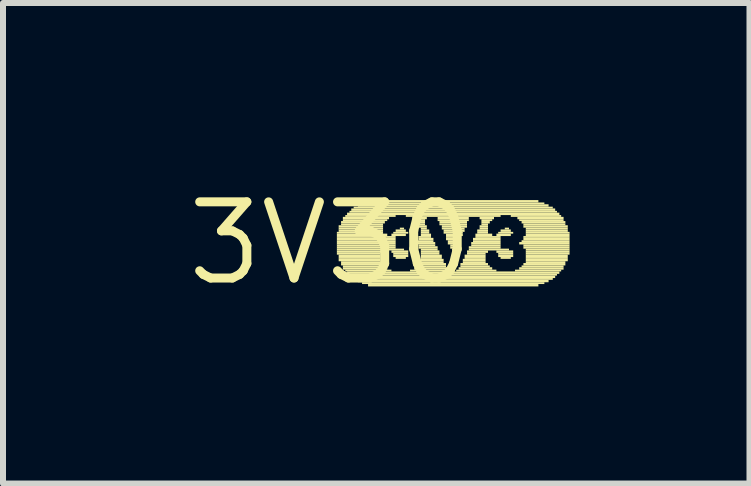
<source format=kicad_pcb>
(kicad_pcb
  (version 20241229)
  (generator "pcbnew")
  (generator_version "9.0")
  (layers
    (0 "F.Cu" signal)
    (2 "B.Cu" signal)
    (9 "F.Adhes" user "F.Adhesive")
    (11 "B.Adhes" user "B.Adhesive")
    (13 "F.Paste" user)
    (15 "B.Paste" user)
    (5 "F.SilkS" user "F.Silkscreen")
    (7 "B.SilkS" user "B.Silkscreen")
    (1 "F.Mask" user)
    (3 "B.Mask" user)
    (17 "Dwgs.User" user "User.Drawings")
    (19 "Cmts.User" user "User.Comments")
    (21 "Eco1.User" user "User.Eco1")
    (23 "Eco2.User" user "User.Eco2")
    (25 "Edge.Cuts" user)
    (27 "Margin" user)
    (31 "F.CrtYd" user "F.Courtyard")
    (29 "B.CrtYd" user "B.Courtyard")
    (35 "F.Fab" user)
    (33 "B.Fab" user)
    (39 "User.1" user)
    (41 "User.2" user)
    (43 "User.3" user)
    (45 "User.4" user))
  (footprint "3V30"
    (layer "F.Cu")
    (at 2.457 1.006)
    (property "Reference" "3V30" (at 0 0 0) (layer "F.SilkS") (effects (font (size 1.27 1.27) (thickness 0.15))))
    (fp_poly (pts (xy 0.11 -0.16) (xy 0.88 -0.16) (xy 0.88 -0.19) (xy 0.11 -0.19)) (stroke (width 0) (type solid)) (fill yes) (layer "F.SilkS"))
    (fp_poly (pts (xy 0.11 -0.12) (xy 0.95 -0.12) (xy 0.95 -0.16) (xy 0.11 -0.16)) (stroke (width 0) (type solid)) (fill yes) (layer "F.SilkS"))
    (fp_poly (pts (xy 0.11 -0.09) (xy 1.09 -0.09) (xy 1.09 -0.12) (xy 0.11 -0.12)) (stroke (width 0) (type solid)) (fill yes) (layer "F.SilkS"))
    (fp_poly (pts (xy 0.11 -0.05) (xy 1.09 -0.05) (xy 1.09 -0.09) (xy 0.11 -0.09)) (stroke (width 0) (type solid)) (fill yes) (layer "F.SilkS"))
    (fp_poly (pts (xy 0.11 -0.02) (xy 1.09 -0.02) (xy 1.09 -0.05) (xy 0.11 -0.05)) (stroke (width 0) (type solid)) (fill yes) (layer "F.SilkS"))
    (fp_poly (pts (xy 0.11 0.02) (xy 1.09 0.02) (xy 1.09 -0.02) (xy 0.11 -0.02)) (stroke (width 0) (type solid)) (fill yes) (layer "F.SilkS"))
    (fp_poly (pts (xy 0.11 0.05) (xy 1.09 0.05) (xy 1.09 0.02) (xy 0.11 0.02)) (stroke (width 0) (type solid)) (fill yes) (layer "F.SilkS"))
    (fp_poly (pts (xy 0.11 0.09) (xy 1.09 0.09) (xy 1.09 0.05) (xy 0.11 0.05)) (stroke (width 0) (type solid)) (fill yes) (layer "F.SilkS"))
    (fp_poly (pts (xy 0.11 0.12) (xy 1.23 0.12) (xy 1.23 0.09) (xy 0.11 0.09)) (stroke (width 0) (type solid)) (fill yes) (layer "F.SilkS"))
    (fp_poly (pts (xy 0.11 0.16) (xy 0.88 0.16) (xy 0.88 0.12) (xy 0.11 0.12)) (stroke (width 0) (type solid)) (fill yes) (layer "F.SilkS"))
    (fp_poly (pts (xy 0.11 0.19) (xy 0.84 0.19) (xy 0.84 0.16) (xy 0.11 0.16)) (stroke (width 0) (type solid)) (fill yes) (layer "F.SilkS"))
    (fp_poly (pts (xy 0.14 -0.26) (xy 0.88 -0.26) (xy 0.88 -0.3) (xy 0.14 -0.3)) (stroke (width 0) (type solid)) (fill yes) (layer "F.SilkS"))
    (fp_poly (pts (xy 0.14 -0.23) (xy 0.88 -0.23) (xy 0.88 -0.26) (xy 0.14 -0.26)) (stroke (width 0) (type solid)) (fill yes) (layer "F.SilkS"))
    (fp_poly (pts (xy 0.14 -0.19) (xy 0.88 -0.19) (xy 0.88 -0.23) (xy 0.14 -0.23)) (stroke (width 0) (type solid)) (fill yes) (layer "F.SilkS"))
    (fp_poly (pts (xy 0.14 0.23) (xy 0.84 0.23) (xy 0.84 0.19) (xy 0.14 0.19)) (stroke (width 0) (type solid)) (fill yes) (layer "F.SilkS"))
    (fp_poly (pts (xy 0.14 0.26) (xy 0.84 0.26) (xy 0.84 0.23) (xy 0.14 0.23)) (stroke (width 0) (type solid)) (fill yes) (layer "F.SilkS"))
    (fp_poly (pts (xy 0.14 0.3) (xy 0.84 0.3) (xy 0.84 0.26) (xy 0.14 0.26)) (stroke (width 0) (type solid)) (fill yes) (layer "F.SilkS"))
    (fp_poly (pts (xy 0.18 -0.33) (xy 0.91 -0.33) (xy 0.91 -0.37) (xy 0.18 -0.37)) (stroke (width 0) (type solid)) (fill yes) (layer "F.SilkS"))
    (fp_poly (pts (xy 0.18 -0.3) (xy 0.88 -0.3) (xy 0.88 -0.33) (xy 0.18 -0.33)) (stroke (width 0) (type solid)) (fill yes) (layer "F.SilkS"))
    (fp_poly (pts (xy 0.18 0.33) (xy 0.84 0.33) (xy 0.84 0.3) (xy 0.18 0.3)) (stroke (width 0) (type solid)) (fill yes) (layer "F.SilkS"))
    (fp_poly (pts (xy 0.18 0.37) (xy 0.88 0.37) (xy 0.88 0.33) (xy 0.18 0.33)) (stroke (width 0) (type solid)) (fill yes) (layer "F.SilkS"))
    (fp_poly (pts (xy 0.21 -0.4) (xy 0.98 -0.4) (xy 0.98 -0.44) (xy 0.21 -0.44)) (stroke (width 0) (type solid)) (fill yes) (layer "F.SilkS"))
    (fp_poly (pts (xy 0.21 -0.37) (xy 0.95 -0.37) (xy 0.95 -0.4) (xy 0.21 -0.4)) (stroke (width 0) (type solid)) (fill yes) (layer "F.SilkS"))
    (fp_poly (pts (xy 0.21 0.4) (xy 0.91 0.4) (xy 0.91 0.37) (xy 0.21 0.37)) (stroke (width 0) (type solid)) (fill yes) (layer "F.SilkS"))
    (fp_poly (pts (xy 0.21 0.44) (xy 0.95 0.44) (xy 0.95 0.4) (xy 0.21 0.4)) (stroke (width 0) (type solid)) (fill yes) (layer "F.SilkS"))
    (fp_poly (pts (xy 0.25 -0.44) (xy 1.09 -0.44) (xy 1.09 -0.47) (xy 0.25 -0.47)) (stroke (width 0) (type solid)) (fill yes) (layer "F.SilkS"))
    (fp_poly (pts (xy 0.25 0.47) (xy 1.02 0.47) (xy 1.02 0.44) (xy 0.25 0.44)) (stroke (width 0) (type solid)) (fill yes) (layer "F.SilkS"))
    (fp_poly (pts (xy 0.28 -0.47) (xy 3.82 -0.47) (xy 3.82 -0.51) (xy 0.28 -0.51)) (stroke (width 0) (type solid)) (fill yes) (layer "F.SilkS"))
    (fp_poly (pts (xy 0.28 0.51) (xy 3.82 0.51) (xy 3.82 0.47) (xy 0.28 0.47)) (stroke (width 0) (type solid)) (fill yes) (layer "F.SilkS"))
    (fp_poly (pts (xy 0.32 -0.51) (xy 3.78 -0.51) (xy 3.78 -0.54) (xy 0.32 -0.54)) (stroke (width 0) (type solid)) (fill yes) (layer "F.SilkS"))
    (fp_poly (pts (xy 0.32 0.54) (xy 3.78 0.54) (xy 3.78 0.51) (xy 0.32 0.51)) (stroke (width 0) (type solid)) (fill yes) (layer "F.SilkS"))
    (fp_poly (pts (xy 0.35 -0.54) (xy 3.75 -0.54) (xy 3.75 -0.58) (xy 0.35 -0.58)) (stroke (width 0) (type solid)) (fill yes) (layer "F.SilkS"))
    (fp_poly (pts (xy 0.35 0.58) (xy 3.75 0.58) (xy 3.75 0.54) (xy 0.35 0.54)) (stroke (width 0) (type solid)) (fill yes) (layer "F.SilkS"))
    (fp_poly (pts (xy 0.39 -0.58) (xy 3.71 -0.58) (xy 3.71 -0.61) (xy 0.39 -0.61)) (stroke (width 0) (type solid)) (fill yes) (layer "F.SilkS"))
    (fp_poly (pts (xy 0.39 0.61) (xy 3.71 0.61) (xy 3.71 0.58) (xy 0.39 0.58)) (stroke (width 0) (type solid)) (fill yes) (layer "F.SilkS"))
    (fp_poly (pts (xy 0.46 -0.61) (xy 3.64 -0.61) (xy 3.64 -0.65) (xy 0.46 -0.65)) (stroke (width 0) (type solid)) (fill yes) (layer "F.SilkS"))
    (fp_poly (pts (xy 0.46 0.65) (xy 3.64 0.65) (xy 3.64 0.61) (xy 0.46 0.61)) (stroke (width 0) (type solid)) (fill yes) (layer "F.SilkS"))
    (fp_poly (pts (xy 0.53 -0.65) (xy 3.57 -0.65) (xy 3.57 -0.68) (xy 0.53 -0.68)) (stroke (width 0) (type solid)) (fill yes) (layer "F.SilkS"))
    (fp_poly (pts (xy 0.53 0.68) (xy 3.57 0.68) (xy 3.57 0.65) (xy 0.53 0.65)) (stroke (width 0) (type solid)) (fill yes) (layer "F.SilkS"))
    (fp_poly (pts (xy 0.63 -0.68) (xy 3.47 -0.68) (xy 3.47 -0.72) (xy 0.63 -0.72)) (stroke (width 0) (type solid)) (fill yes) (layer "F.SilkS"))
    (fp_poly (pts (xy 0.63 0.72) (xy 3.47 0.72) (xy 3.47 0.68) (xy 0.63 0.68)) (stroke (width 0) (type solid)) (fill yes) (layer "F.SilkS"))
    (fp_poly (pts (xy 1.02 -0.12) (xy 1.26 -0.12) (xy 1.26 -0.16) (xy 1.02 -0.16)) (stroke (width 0) (type solid)) (fill yes) (layer "F.SilkS"))
    (fp_poly (pts (xy 1.02 0.16) (xy 1.3 0.16) (xy 1.3 0.12) (xy 1.02 0.12)) (stroke (width 0) (type solid)) (fill yes) (layer "F.SilkS"))
    (fp_poly (pts (xy 1.05 -0.16) (xy 1.3 -0.16) (xy 1.3 -0.19) (xy 1.05 -0.19)) (stroke (width 0) (type solid)) (fill yes) (layer "F.SilkS"))
    (fp_poly (pts (xy 1.05 0.19) (xy 1.3 0.19) (xy 1.3 0.16) (xy 1.05 0.16)) (stroke (width 0) (type solid)) (fill yes) (layer "F.SilkS"))
    (fp_poly (pts (xy 1.05 0.23) (xy 1.3 0.23) (xy 1.3 0.19) (xy 1.05 0.19)) (stroke (width 0) (type solid)) (fill yes) (layer "F.SilkS"))
    (fp_poly (pts (xy 1.09 -0.19) (xy 1.26 -0.19) (xy 1.26 -0.23) (xy 1.09 -0.23)) (stroke (width 0) (type solid)) (fill yes) (layer "F.SilkS"))
    (fp_poly (pts (xy 1.09 0.26) (xy 1.26 0.26) (xy 1.26 0.23) (xy 1.09 0.23)) (stroke (width 0) (type solid)) (fill yes) (layer "F.SilkS"))
    (fp_poly (pts (xy 1.16 -0.23) (xy 1.23 -0.23) (xy 1.23 -0.26) (xy 1.16 -0.26)) (stroke (width 0) (type solid)) (fill yes) (layer "F.SilkS"))
    (fp_poly (pts (xy 1.26 -0.44) (xy 2.84 -0.44) (xy 2.84 -0.47) (xy 1.26 -0.47)) (stroke (width 0) (type solid)) (fill yes) (layer "F.SilkS"))
    (fp_poly (pts (xy 1.33 0.47) (xy 2 0.47) (xy 2 0.44) (xy 1.33 0.44)) (stroke (width 0) (type solid)) (fill yes) (layer "F.SilkS"))
    (fp_poly (pts (xy 1.37 -0.4) (xy 1.61 -0.4) (xy 1.61 -0.44) (xy 1.37 -0.44)) (stroke (width 0) (type solid)) (fill yes) (layer "F.SilkS"))
    (fp_poly (pts (xy 1.4 -0.37) (xy 1.58 -0.37) (xy 1.58 -0.4) (xy 1.4 -0.4)) (stroke (width 0) (type solid)) (fill yes) (layer "F.SilkS"))
    (fp_poly (pts (xy 1.4 0.02) (xy 1.75 0.02) (xy 1.75 -0.02) (xy 1.4 -0.02)) (stroke (width 0) (type solid)) (fill yes) (layer "F.SilkS"))
    (fp_poly (pts (xy 1.4 0.44) (xy 1.96 0.44) (xy 1.96 0.4) (xy 1.4 0.4)) (stroke (width 0) (type solid)) (fill yes) (layer "F.SilkS"))
    (fp_poly (pts (xy 1.44 -0.33) (xy 1.58 -0.33) (xy 1.58 -0.37) (xy 1.44 -0.37)) (stroke (width 0) (type solid)) (fill yes) (layer "F.SilkS"))
    (fp_poly (pts (xy 1.44 -0.02) (xy 1.72 -0.02) (xy 1.72 -0.05) (xy 1.44 -0.05)) (stroke (width 0) (type solid)) (fill yes) (layer "F.SilkS"))
    (fp_poly (pts (xy 1.44 0.4) (xy 1.93 0.4) (xy 1.93 0.37) (xy 1.44 0.37)) (stroke (width 0) (type solid)) (fill yes) (layer "F.SilkS"))
    (fp_poly (pts (xy 1.47 -0.3) (xy 1.58 -0.3) (xy 1.58 -0.33) (xy 1.47 -0.33)) (stroke (width 0) (type solid)) (fill yes) (layer "F.SilkS"))
    (fp_poly (pts (xy 1.47 -0.26) (xy 1.61 -0.26) (xy 1.61 -0.3) (xy 1.47 -0.3)) (stroke (width 0) (type solid)) (fill yes) (layer "F.SilkS"))
    (fp_poly (pts (xy 1.47 -0.09) (xy 1.68 -0.09) (xy 1.68 -0.12) (xy 1.47 -0.12)) (stroke (width 0) (type solid)) (fill yes) (layer "F.SilkS"))
    (fp_poly (pts (xy 1.47 -0.05) (xy 1.72 -0.05) (xy 1.72 -0.09) (xy 1.47 -0.09)) (stroke (width 0) (type solid)) (fill yes) (layer "F.SilkS"))
    (fp_poly (pts (xy 1.47 0.05) (xy 1.75 0.05) (xy 1.75 0.02) (xy 1.47 0.02)) (stroke (width 0) (type solid)) (fill yes) (layer "F.SilkS"))
    (fp_poly (pts (xy 1.47 0.09) (xy 1.79 0.09) (xy 1.79 0.05) (xy 1.47 0.05)) (stroke (width 0) (type solid)) (fill yes) (layer "F.SilkS"))
    (fp_poly (pts (xy 1.47 0.37) (xy 1.93 0.37) (xy 1.93 0.33) (xy 1.47 0.33)) (stroke (width 0) (type solid)) (fill yes) (layer "F.SilkS"))
    (fp_poly (pts (xy 1.51 -0.23) (xy 1.61 -0.23) (xy 1.61 -0.26) (xy 1.51 -0.26)) (stroke (width 0) (type solid)) (fill yes) (layer "F.SilkS"))
    (fp_poly (pts (xy 1.51 -0.19) (xy 1.65 -0.19) (xy 1.65 -0.23) (xy 1.51 -0.23)) (stroke (width 0) (type solid)) (fill yes) (layer "F.SilkS"))
    (fp_poly (pts (xy 1.51 -0.16) (xy 1.65 -0.16) (xy 1.65 -0.19) (xy 1.51 -0.19)) (stroke (width 0) (type solid)) (fill yes) (layer "F.SilkS"))
    (fp_poly (pts (xy 1.51 -0.12) (xy 1.68 -0.12) (xy 1.68 -0.16) (xy 1.51 -0.16)) (stroke (width 0) (type solid)) (fill yes) (layer "F.SilkS"))
    (fp_poly (pts (xy 1.51 0.12) (xy 1.79 0.12) (xy 1.79 0.09) (xy 1.51 0.09)) (stroke (width 0) (type solid)) (fill yes) (layer "F.SilkS"))
    (fp_poly (pts (xy 1.51 0.16) (xy 1.82 0.16) (xy 1.82 0.12) (xy 1.51 0.12)) (stroke (width 0) (type solid)) (fill yes) (layer "F.SilkS"))
    (fp_poly (pts (xy 1.51 0.19) (xy 1.82 0.19) (xy 1.82 0.16) (xy 1.51 0.16)) (stroke (width 0) (type solid)) (fill yes) (layer "F.SilkS"))
    (fp_poly (pts (xy 1.51 0.23) (xy 1.86 0.23) (xy 1.86 0.19) (xy 1.51 0.19)) (stroke (width 0) (type solid)) (fill yes) (layer "F.SilkS"))
    (fp_poly (pts (xy 1.51 0.26) (xy 1.86 0.26) (xy 1.86 0.23) (xy 1.51 0.23)) (stroke (width 0) (type solid)) (fill yes) (layer "F.SilkS"))
    (fp_poly (pts (xy 1.51 0.3) (xy 1.89 0.3) (xy 1.89 0.26) (xy 1.51 0.26)) (stroke (width 0) (type solid)) (fill yes) (layer "F.SilkS"))
    (fp_poly (pts (xy 1.51 0.33) (xy 1.89 0.33) (xy 1.89 0.3) (xy 1.51 0.3)) (stroke (width 0) (type solid)) (fill yes) (layer "F.SilkS"))
    (fp_poly (pts (xy 1.79 -0.4) (xy 2.31 -0.4) (xy 2.31 -0.44) (xy 1.79 -0.44)) (stroke (width 0) (type solid)) (fill yes) (layer "F.SilkS"))
    (fp_poly (pts (xy 1.79 -0.37) (xy 2.31 -0.37) (xy 2.31 -0.4) (xy 1.79 -0.4)) (stroke (width 0) (type solid)) (fill yes) (layer "F.SilkS"))
    (fp_poly (pts (xy 1.82 -0.33) (xy 2.28 -0.33) (xy 2.28 -0.37) (xy 1.82 -0.37)) (stroke (width 0) (type solid)) (fill yes) (layer "F.SilkS"))
    (fp_poly (pts (xy 1.82 -0.3) (xy 2.28 -0.3) (xy 2.28 -0.33) (xy 1.82 -0.33)) (stroke (width 0) (type solid)) (fill yes) (layer "F.SilkS"))
    (fp_poly (pts (xy 1.86 -0.26) (xy 2.28 -0.26) (xy 2.28 -0.3) (xy 1.86 -0.3)) (stroke (width 0) (type solid)) (fill yes) (layer "F.SilkS"))
    (fp_poly (pts (xy 1.86 -0.23) (xy 2.24 -0.23) (xy 2.24 -0.26) (xy 1.86 -0.26)) (stroke (width 0) (type solid)) (fill yes) (layer "F.SilkS"))
    (fp_poly (pts (xy 1.89 -0.19) (xy 2.24 -0.19) (xy 2.24 -0.23) (xy 1.89 -0.23)) (stroke (width 0) (type solid)) (fill yes) (layer "F.SilkS"))
    (fp_poly (pts (xy 1.89 -0.16) (xy 2.21 -0.16) (xy 2.21 -0.19) (xy 1.89 -0.19)) (stroke (width 0) (type solid)) (fill yes) (layer "F.SilkS"))
    (fp_poly (pts (xy 1.93 -0.12) (xy 2.21 -0.12) (xy 2.21 -0.16) (xy 1.93 -0.16)) (stroke (width 0) (type solid)) (fill yes) (layer "F.SilkS"))
    (fp_poly (pts (xy 1.93 -0.09) (xy 2.17 -0.09) (xy 2.17 -0.12) (xy 1.93 -0.12)) (stroke (width 0) (type solid)) (fill yes) (layer "F.SilkS"))
    (fp_poly (pts (xy 1.93 -0.05) (xy 2.17 -0.05) (xy 2.17 -0.09) (xy 1.93 -0.09)) (stroke (width 0) (type solid)) (fill yes) (layer "F.SilkS"))
    (fp_poly (pts (xy 1.96 -0.02) (xy 2.14 -0.02) (xy 2.14 -0.05) (xy 1.96 -0.05)) (stroke (width 0) (type solid)) (fill yes) (layer "F.SilkS"))
    (fp_poly (pts (xy 1.96 0.02) (xy 2.14 0.02) (xy 2.14 -0.02) (xy 1.96 -0.02)) (stroke (width 0) (type solid)) (fill yes) (layer "F.SilkS"))
    (fp_poly (pts (xy 2 0.05) (xy 2.1 0.05) (xy 2.1 0.02) (xy 2 0.02)) (stroke (width 0) (type solid)) (fill yes) (layer "F.SilkS"))
    (fp_poly (pts (xy 2 0.09) (xy 2.1 0.09) (xy 2.1 0.05) (xy 2 0.05)) (stroke (width 0) (type solid)) (fill yes) (layer "F.SilkS"))
    (fp_poly (pts (xy 2.03 0.12) (xy 2.07 0.12) (xy 2.07 0.09) (xy 2.03 0.09)) (stroke (width 0) (type solid)) (fill yes) (layer "F.SilkS"))
    (fp_poly (pts (xy 2.03 0.16) (xy 2.07 0.16) (xy 2.07 0.12) (xy 2.03 0.12)) (stroke (width 0) (type solid)) (fill yes) (layer "F.SilkS"))
    (fp_poly (pts (xy 2.1 0.47) (xy 2.77 0.47) (xy 2.77 0.44) (xy 2.1 0.44)) (stroke (width 0) (type solid)) (fill yes) (layer "F.SilkS"))
    (fp_poly (pts (xy 2.14 0.44) (xy 2.7 0.44) (xy 2.7 0.4) (xy 2.14 0.4)) (stroke (width 0) (type solid)) (fill yes) (layer "F.SilkS"))
    (fp_poly (pts (xy 2.17 0.37) (xy 2.63 0.37) (xy 2.63 0.33) (xy 2.17 0.33)) (stroke (width 0) (type solid)) (fill yes) (layer "F.SilkS"))
    (fp_poly (pts (xy 2.17 0.4) (xy 2.66 0.4) (xy 2.66 0.37) (xy 2.17 0.37)) (stroke (width 0) (type solid)) (fill yes) (layer "F.SilkS"))
    (fp_poly (pts (xy 2.21 0.3) (xy 2.59 0.3) (xy 2.59 0.26) (xy 2.21 0.26)) (stroke (width 0) (type solid)) (fill yes) (layer "F.SilkS"))
    (fp_poly (pts (xy 2.21 0.33) (xy 2.59 0.33) (xy 2.59 0.3) (xy 2.21 0.3)) (stroke (width 0) (type solid)) (fill yes) (layer "F.SilkS"))
    (fp_poly (pts (xy 2.24 0.23) (xy 2.59 0.23) (xy 2.59 0.19) (xy 2.24 0.19)) (stroke (width 0) (type solid)) (fill yes) (layer "F.SilkS"))
    (fp_poly (pts (xy 2.24 0.26) (xy 2.59 0.26) (xy 2.59 0.23) (xy 2.24 0.23)) (stroke (width 0) (type solid)) (fill yes) (layer "F.SilkS"))
    (fp_poly (pts (xy 2.28 0.16) (xy 2.63 0.16) (xy 2.63 0.12) (xy 2.28 0.12)) (stroke (width 0) (type solid)) (fill yes) (layer "F.SilkS"))
    (fp_poly (pts (xy 2.28 0.19) (xy 2.59 0.19) (xy 2.59 0.16) (xy 2.28 0.16)) (stroke (width 0) (type solid)) (fill yes) (layer "F.SilkS"))
    (fp_poly (pts (xy 2.31 0.09) (xy 2.84 0.09) (xy 2.84 0.05) (xy 2.31 0.05)) (stroke (width 0) (type solid)) (fill yes) (layer "F.SilkS"))
    (fp_poly (pts (xy 2.31 0.12) (xy 2.98 0.12) (xy 2.98 0.09) (xy 2.31 0.09)) (stroke (width 0) (type solid)) (fill yes) (layer "F.SilkS"))
    (fp_poly (pts (xy 2.35 0.02) (xy 2.84 0.02) (xy 2.84 -0.02) (xy 2.35 -0.02)) (stroke (width 0) (type solid)) (fill yes) (layer "F.SilkS"))
    (fp_poly (pts (xy 2.35 0.05) (xy 2.84 0.05) (xy 2.84 0.02) (xy 2.35 0.02)) (stroke (width 0) (type solid)) (fill yes) (layer "F.SilkS"))
    (fp_poly (pts (xy 2.38 -0.05) (xy 2.84 -0.05) (xy 2.84 -0.09) (xy 2.38 -0.09)) (stroke (width 0) (type solid)) (fill yes) (layer "F.SilkS"))
    (fp_poly (pts (xy 2.38 -0.02) (xy 2.84 -0.02) (xy 2.84 -0.05) (xy 2.38 -0.05)) (stroke (width 0) (type solid)) (fill yes) (layer "F.SilkS"))
    (fp_poly (pts (xy 2.42 -0.12) (xy 2.7 -0.12) (xy 2.7 -0.16) (xy 2.42 -0.16)) (stroke (width 0) (type solid)) (fill yes) (layer "F.SilkS"))
    (fp_poly (pts (xy 2.42 -0.09) (xy 2.84 -0.09) (xy 2.84 -0.12) (xy 2.42 -0.12)) (stroke (width 0) (type solid)) (fill yes) (layer "F.SilkS"))
    (fp_poly (pts (xy 2.45 -0.19) (xy 2.63 -0.19) (xy 2.63 -0.23) (xy 2.45 -0.23)) (stroke (width 0) (type solid)) (fill yes) (layer "F.SilkS"))
    (fp_poly (pts (xy 2.45 -0.16) (xy 2.63 -0.16) (xy 2.63 -0.19) (xy 2.45 -0.19)) (stroke (width 0) (type solid)) (fill yes) (layer "F.SilkS"))
    (fp_poly (pts (xy 2.49 -0.4) (xy 2.73 -0.4) (xy 2.73 -0.44) (xy 2.49 -0.44)) (stroke (width 0) (type solid)) (fill yes) (layer "F.SilkS"))
    (fp_poly (pts (xy 2.49 -0.26) (xy 2.63 -0.26) (xy 2.63 -0.3) (xy 2.49 -0.3)) (stroke (width 0) (type solid)) (fill yes) (layer "F.SilkS"))
    (fp_poly (pts (xy 2.49 -0.23) (xy 2.63 -0.23) (xy 2.63 -0.26) (xy 2.49 -0.26)) (stroke (width 0) (type solid)) (fill yes) (layer "F.SilkS"))
    (fp_poly (pts (xy 2.52 -0.37) (xy 2.7 -0.37) (xy 2.7 -0.4) (xy 2.52 -0.4)) (stroke (width 0) (type solid)) (fill yes) (layer "F.SilkS"))
    (fp_poly (pts (xy 2.52 -0.33) (xy 2.66 -0.33) (xy 2.66 -0.37) (xy 2.52 -0.37)) (stroke (width 0) (type solid)) (fill yes) (layer "F.SilkS"))
    (fp_poly (pts (xy 2.52 -0.3) (xy 2.63 -0.3) (xy 2.63 -0.33) (xy 2.52 -0.33)) (stroke (width 0) (type solid)) (fill yes) (layer "F.SilkS"))
    (fp_poly (pts (xy 2.77 -0.12) (xy 3.01 -0.12) (xy 3.01 -0.16) (xy 2.77 -0.16)) (stroke (width 0) (type solid)) (fill yes) (layer "F.SilkS"))
    (fp_poly (pts (xy 2.77 0.16) (xy 3.05 0.16) (xy 3.05 0.12) (xy 2.77 0.12)) (stroke (width 0) (type solid)) (fill yes) (layer "F.SilkS"))
    (fp_poly (pts (xy 2.8 -0.16) (xy 3.05 -0.16) (xy 3.05 -0.19) (xy 2.8 -0.19)) (stroke (width 0) (type solid)) (fill yes) (layer "F.SilkS"))
    (fp_poly (pts (xy 2.8 0.19) (xy 3.05 0.19) (xy 3.05 0.16) (xy 2.8 0.16)) (stroke (width 0) (type solid)) (fill yes) (layer "F.SilkS"))
    (fp_poly (pts (xy 2.8 0.23) (xy 3.05 0.23) (xy 3.05 0.19) (xy 2.8 0.19)) (stroke (width 0) (type solid)) (fill yes) (layer "F.SilkS"))
    (fp_poly (pts (xy 2.84 -0.19) (xy 3.01 -0.19) (xy 3.01 -0.23) (xy 2.84 -0.23)) (stroke (width 0) (type solid)) (fill yes) (layer "F.SilkS"))
    (fp_poly (pts (xy 2.84 0.26) (xy 3.01 0.26) (xy 3.01 0.23) (xy 2.84 0.23)) (stroke (width 0) (type solid)) (fill yes) (layer "F.SilkS"))
    (fp_poly (pts (xy 2.91 -0.23) (xy 2.98 -0.23) (xy 2.98 -0.26) (xy 2.91 -0.26)) (stroke (width 0) (type solid)) (fill yes) (layer "F.SilkS"))
    (fp_poly (pts (xy 3.01 -0.44) (xy 3.85 -0.44) (xy 3.85 -0.47) (xy 3.01 -0.47)) (stroke (width 0) (type solid)) (fill yes) (layer "F.SilkS"))
    (fp_poly (pts (xy 3.08 0.47) (xy 3.85 0.47) (xy 3.85 0.44) (xy 3.08 0.44)) (stroke (width 0) (type solid)) (fill yes) (layer "F.SilkS"))
    (fp_poly (pts (xy 3.12 -0.4) (xy 3.89 -0.4) (xy 3.89 -0.44) (xy 3.12 -0.44)) (stroke (width 0) (type solid)) (fill yes) (layer "F.SilkS"))
    (fp_poly (pts (xy 3.15 -0.37) (xy 3.89 -0.37) (xy 3.89 -0.4) (xy 3.15 -0.4)) (stroke (width 0) (type solid)) (fill yes) (layer "F.SilkS"))
    (fp_poly (pts (xy 3.15 0.02) (xy 3.99 0.02) (xy 3.99 -0.02) (xy 3.15 -0.02)) (stroke (width 0) (type solid)) (fill yes) (layer "F.SilkS"))
    (fp_poly (pts (xy 3.15 0.44) (xy 3.89 0.44) (xy 3.89 0.4) (xy 3.15 0.4)) (stroke (width 0) (type solid)) (fill yes) (layer "F.SilkS"))
    (fp_poly (pts (xy 3.19 -0.33) (xy 3.92 -0.33) (xy 3.92 -0.37) (xy 3.19 -0.37)) (stroke (width 0) (type solid)) (fill yes) (layer "F.SilkS"))
    (fp_poly (pts (xy 3.19 -0.02) (xy 3.99 -0.02) (xy 3.99 -0.05) (xy 3.19 -0.05)) (stroke (width 0) (type solid)) (fill yes) (layer "F.SilkS"))
    (fp_poly (pts (xy 3.19 0.4) (xy 3.89 0.4) (xy 3.89 0.37) (xy 3.19 0.37)) (stroke (width 0) (type solid)) (fill yes) (layer "F.SilkS"))
    (fp_poly (pts (xy 3.22 -0.3) (xy 3.92 -0.3) (xy 3.92 -0.33) (xy 3.22 -0.33)) (stroke (width 0) (type solid)) (fill yes) (layer "F.SilkS"))
    (fp_poly (pts (xy 3.22 -0.26) (xy 3.96 -0.26) (xy 3.96 -0.3) (xy 3.22 -0.3)) (stroke (width 0) (type solid)) (fill yes) (layer "F.SilkS"))
    (fp_poly (pts (xy 3.22 -0.09) (xy 3.99 -0.09) (xy 3.99 -0.12) (xy 3.22 -0.12)) (stroke (width 0) (type solid)) (fill yes) (layer "F.SilkS"))
    (fp_poly (pts (xy 3.22 -0.05) (xy 3.99 -0.05) (xy 3.99 -0.09) (xy 3.22 -0.09)) (stroke (width 0) (type solid)) (fill yes) (layer "F.SilkS"))
    (fp_poly (pts (xy 3.22 0.05) (xy 3.99 0.05) (xy 3.99 0.02) (xy 3.22 0.02)) (stroke (width 0) (type solid)) (fill yes) (layer "F.SilkS"))
    (fp_poly (pts (xy 3.22 0.09) (xy 3.99 0.09) (xy 3.99 0.05) (xy 3.22 0.05)) (stroke (width 0) (type solid)) (fill yes) (layer "F.SilkS"))
    (fp_poly (pts (xy 3.22 0.37) (xy 3.92 0.37) (xy 3.92 0.33) (xy 3.22 0.33)) (stroke (width 0) (type solid)) (fill yes) (layer "F.SilkS"))
    (fp_poly (pts (xy 3.26 -0.23) (xy 3.96 -0.23) (xy 3.96 -0.26) (xy 3.26 -0.26)) (stroke (width 0) (type solid)) (fill yes) (layer "F.SilkS"))
    (fp_poly (pts (xy 3.26 -0.19) (xy 3.96 -0.19) (xy 3.96 -0.23) (xy 3.26 -0.23)) (stroke (width 0) (type solid)) (fill yes) (layer "F.SilkS"))
    (fp_poly (pts (xy 3.26 -0.16) (xy 3.99 -0.16) (xy 3.99 -0.19) (xy 3.26 -0.19)) (stroke (width 0) (type solid)) (fill yes) (layer "F.SilkS"))
    (fp_poly (pts (xy 3.26 -0.12) (xy 3.99 -0.12) (xy 3.99 -0.16) (xy 3.26 -0.16)) (stroke (width 0) (type solid)) (fill yes) (layer "F.SilkS"))
    (fp_poly (pts (xy 3.26 0.12) (xy 3.99 0.12) (xy 3.99 0.09) (xy 3.26 0.09)) (stroke (width 0) (type solid)) (fill yes) (layer "F.SilkS"))
    (fp_poly (pts (xy 3.26 0.16) (xy 3.99 0.16) (xy 3.99 0.12) (xy 3.26 0.12)) (stroke (width 0) (type solid)) (fill yes) (layer "F.SilkS"))
    (fp_poly (pts (xy 3.26 0.19) (xy 3.99 0.19) (xy 3.99 0.16) (xy 3.26 0.16)) (stroke (width 0) (type solid)) (fill yes) (layer "F.SilkS"))
    (fp_poly (pts (xy 3.26 0.23) (xy 3.96 0.23) (xy 3.96 0.19) (xy 3.26 0.19)) (stroke (width 0) (type solid)) (fill yes) (layer "F.SilkS"))
    (fp_poly (pts (xy 3.26 0.26) (xy 3.96 0.26) (xy 3.96 0.23) (xy 3.26 0.23)) (stroke (width 0) (type solid)) (fill yes) (layer "F.SilkS"))
    (fp_poly (pts (xy 3.26 0.3) (xy 3.96 0.3) (xy 3.96 0.26) (xy 3.26 0.26)) (stroke (width 0) (type solid)) (fill yes) (layer "F.SilkS"))
    (fp_poly (pts (xy 3.26 0.33) (xy 3.92 0.33) (xy 3.92 0.3) (xy 3.26 0.3)) (stroke (width 0) (type solid)) (fill yes) (layer "F.SilkS")))
  (gr_rect
    (start -3 -3)
    (end 9.447 5.012)
    (stroke (width 0.1) (type default))
    (fill no)
    (layer "Edge.Cuts")))
</source>
